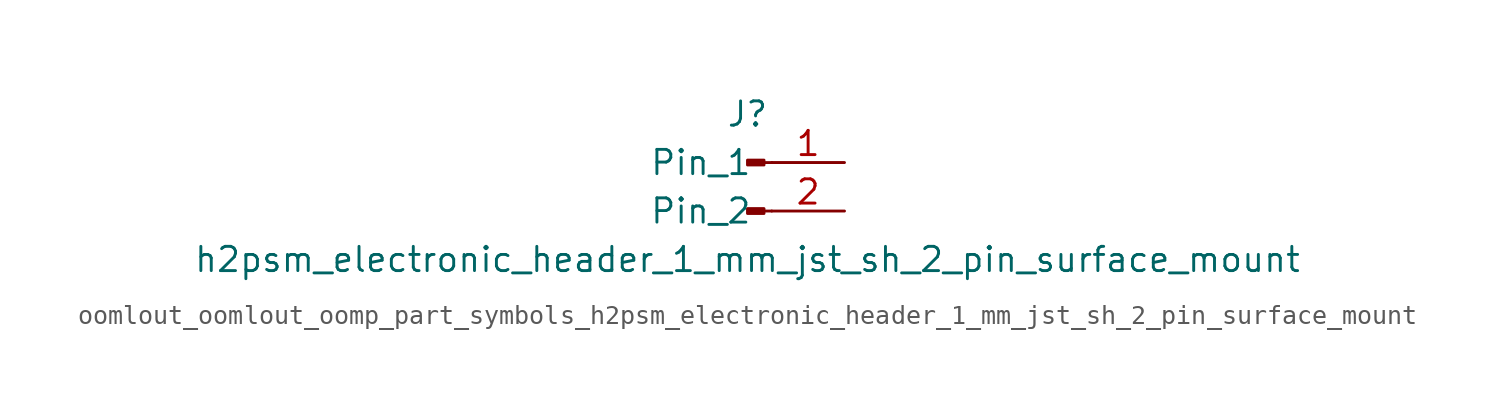
<source format=kicad_sym>
(kicad_symbol_lib
  (version 20220914)
  (generator kicad_symbol_editor)
  (symbol "oomlout_oomlout_oomp_part_symbols_h2psm_electronic_header_1_mm_jst_sh_2_pin_surface_mount"
    (pin_names
      (offset 1.016))
    (property "Reference" "J"
      (at 0 2.54 0)
      (effects (font (size 1.27 1.27))))
    (property "Value" "h2psm_electronic_header_1_mm_jst_sh_2_pin_surface_mount"
      (at 0 -5.08 0)
      (effects (font (size 1.27 1.27))))
    (property "ki_locked" ""
      (at 0 0 0)
      (effects (font (size 1.27 1.27))))
    (symbol "oomlout_oomlout_oomp_part_symbols_h2psm_electronic_header_1_mm_jst_sh_2_pin_surface_mount_1_1"
      (polyline (pts (xy 1.27 -2.54) (xy 0.864 -2.54)) (stroke (width 0.152) (type default)) (fill (type none)))
      (polyline (pts (xy 1.27 0) (xy 0.864 0)) (stroke (width 0.152) (type default)) (fill (type none)))
      (rectangle (start 0.864 -2.413) (end 0 -2.667) (stroke (width 0.152) (type default)) (fill (type outline)))
      (rectangle (start 0.864 0.127) (end 0 -0.127) (stroke (width 0.152) (type default)) (fill (type outline)))
      (pin passive line (at 5.08 0 180) (length 3.81) (name "Pin_1" (effects (font (size 1.27 1.27)))) (number "1" (effects (font (size 1.27 1.27)))))
      (pin passive line (at 5.08 -2.54 180) (length 3.81) (name "Pin_2" (effects (font (size 1.27 1.27)))) (number "2" (effects (font (size 1.27 1.27))))))))
</source>
